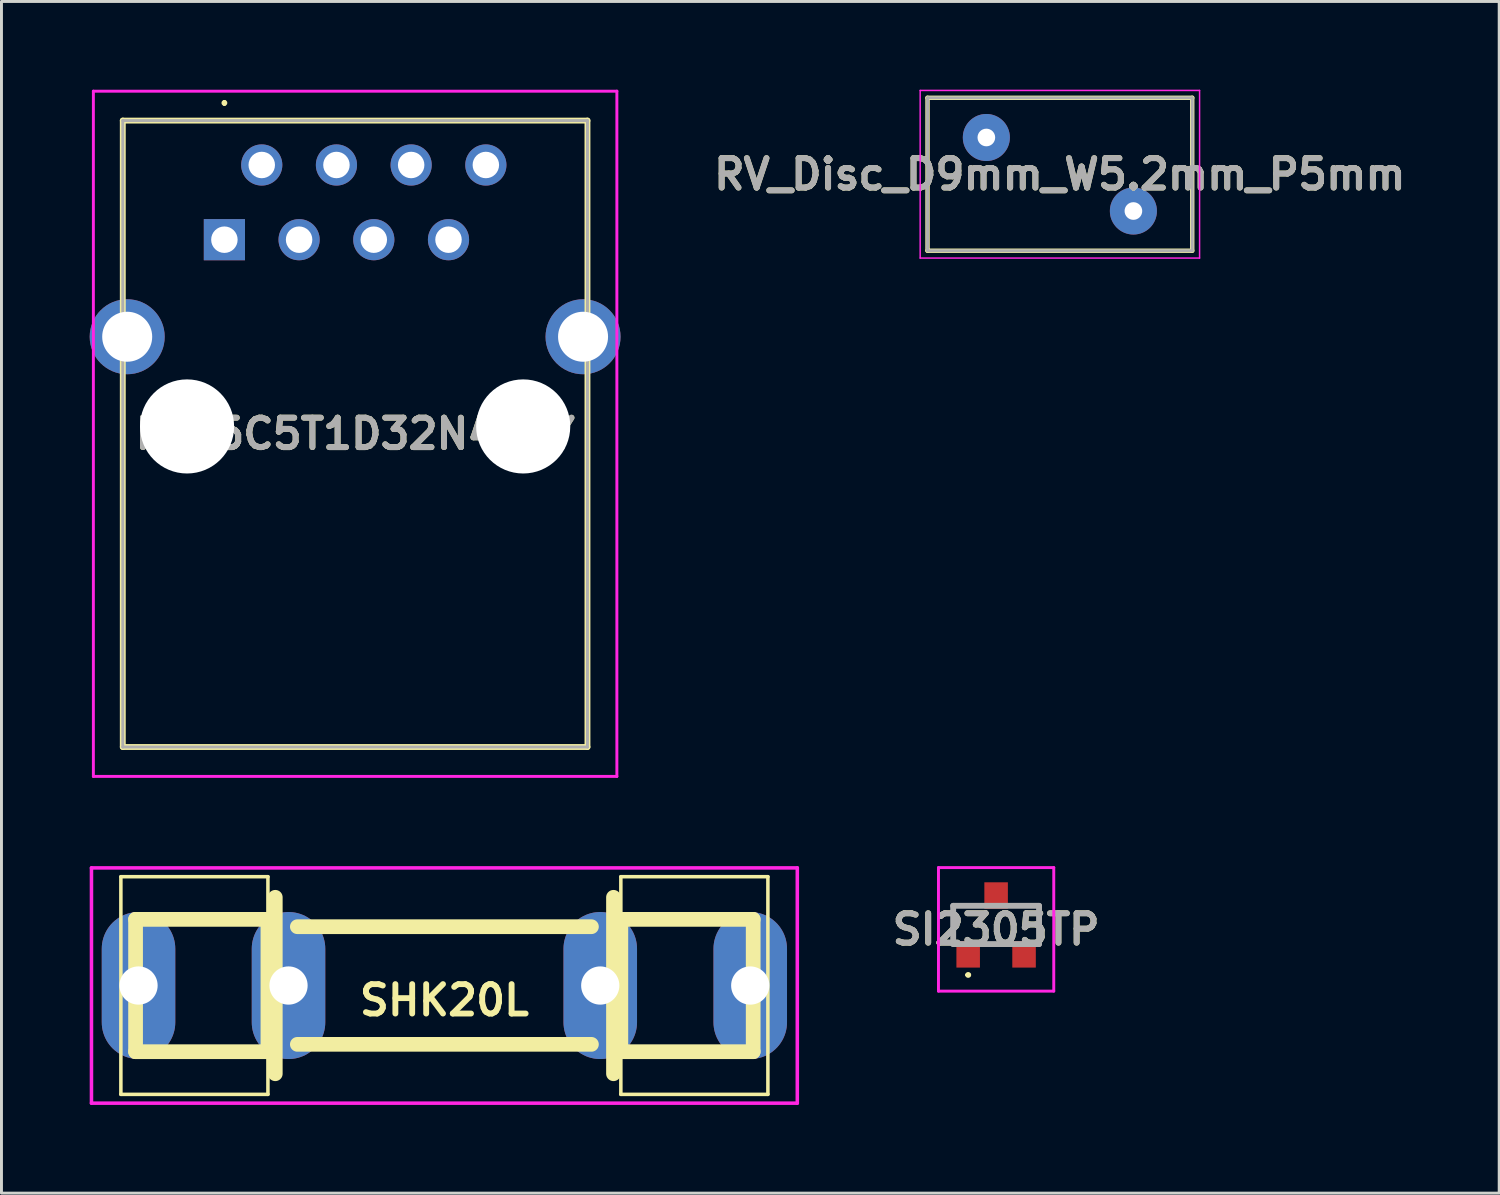
<source format=kicad_pcb>
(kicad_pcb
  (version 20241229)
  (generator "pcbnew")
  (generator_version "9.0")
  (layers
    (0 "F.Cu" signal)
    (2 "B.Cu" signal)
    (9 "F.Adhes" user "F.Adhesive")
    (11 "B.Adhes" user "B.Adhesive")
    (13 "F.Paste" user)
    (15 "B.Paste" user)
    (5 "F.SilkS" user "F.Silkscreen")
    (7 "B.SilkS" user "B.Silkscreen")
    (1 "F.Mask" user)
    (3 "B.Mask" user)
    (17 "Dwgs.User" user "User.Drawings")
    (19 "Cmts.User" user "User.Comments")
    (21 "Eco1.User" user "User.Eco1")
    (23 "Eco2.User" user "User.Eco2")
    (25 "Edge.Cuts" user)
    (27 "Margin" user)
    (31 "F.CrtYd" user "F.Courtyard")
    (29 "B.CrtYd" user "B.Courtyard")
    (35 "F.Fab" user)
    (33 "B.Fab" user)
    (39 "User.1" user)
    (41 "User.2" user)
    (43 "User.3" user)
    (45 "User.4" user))
  (footprint "SI2305TP"
    (layer "F.Cu")
    (at 30.82 28.4)
    (property "Reference" "SI2305TP" (at 0 0.15 0) (layer "F.SilkS") (effects (font (size 1 1) (thickness 0.2))))
    (attr smd)
    (fp_line (start -1.46 -0.65) (end -0.6 -0.65) (stroke (width 0.1) (type solid)) (layer "F.SilkS"))
    (fp_line (start -1.46 0.4) (end -1.46 -0.65) (stroke (width 0.1) (type solid)) (layer "F.SilkS"))
    (fp_line (start -1 1.7) (end -1 1.7) (stroke (width 0.1) (type solid)) (layer "F.SilkS"))
    (fp_line (start -0.9 1.7) (end -0.9 1.7) (stroke (width 0.1) (type solid)) (layer "F.SilkS"))
    (fp_line (start -0.4 0.65) (end 0.4 0.65) (stroke (width 0.1) (type solid)) (layer "F.SilkS"))
    (fp_line (start 0.6 -0.65) (end 1.46 -0.65) (stroke (width 0.1) (type solid)) (layer "F.SilkS"))
    (fp_line (start 1.46 -0.65) (end 1.46 0.4) (stroke (width 0.1) (type solid)) (layer "F.SilkS"))
    (fp_arc (start -1 1.7) (mid -0.95 1.65) (end -0.9 1.7) (stroke (width 0.1) (type solid)) (layer "F.SilkS"))
    (fp_arc (start -0.9 1.7) (mid -0.95 1.75) (end -1 1.7) (stroke (width 0.1) (type solid)) (layer "F.SilkS"))
    (fp_line (start -1.96 -1.95) (end 1.96 -1.95) (stroke (width 0.1) (type solid)) (layer "F.CrtYd"))
    (fp_line (start -1.96 2.25) (end -1.96 -1.95) (stroke (width 0.1) (type solid)) (layer "F.CrtYd"))
    (fp_line (start 1.96 -1.95) (end 1.96 2.25) (stroke (width 0.1) (type solid)) (layer "F.CrtYd"))
    (fp_line (start 1.96 2.25) (end -1.96 2.25) (stroke (width 0.1) (type solid)) (layer "F.CrtYd"))
    (fp_line (start -1.46 -0.65) (end 1.46 -0.65) (stroke (width 0.2) (type solid)) (layer "F.Fab"))
    (fp_line (start -1.46 0.65) (end -1.46 -0.65) (stroke (width 0.2) (type solid)) (layer "F.Fab"))
    (fp_line (start 1.46 -0.65) (end 1.46 0.65) (stroke (width 0.2) (type solid)) (layer "F.Fab"))
    (fp_line (start 1.46 0.65) (end -1.46 0.65) (stroke (width 0.2) (type solid)) (layer "F.Fab"))
    (fp_text user "${REFERENCE}" (at 0 0.15 0) (layer "F.Fab") (effects (font (size 1 1) (thickness 0.2))))
    (pad "1" smd rect (at -0.95 1) (size 0.8 0.9) (layers "F.Cu" "F.Mask" "F.Paste"))
    (pad "2" smd rect (at 0.95 1) (size 0.8 0.9) (layers "F.Cu" "F.Mask" "F.Paste"))
    (pad "3" smd rect (at 0 -1) (size 0.8 0.9) (layers "F.Cu" "F.Mask" "F.Paste")))
  (footprint "RV_Disc_D9mm_W5.2mm_P5mm"
    (layer "F.Cu")
    (at 32.988 2.875)
    (property "Reference" "RV_Disc_D9mm_W5.2mm_P5mm" (at 0 0 0) (unlocked yes) (layer "F.SilkS") (effects (font (size 1 1) (thickness 0.2))))
    (attr through_hole)
    (fp_line (start -4.5 -2.6) (end -4.5 2.6) (stroke (width 0.15) (type solid)) (layer "F.SilkS"))
    (fp_line (start -4.5 -2.6) (end 4.5 -2.6) (stroke (width 0.15) (type solid)) (layer "F.SilkS"))
    (fp_line (start -4.5 2.6) (end 4.5 2.6) (stroke (width 0.15) (type solid)) (layer "F.SilkS"))
    (fp_line (start 4.5 -2.6) (end 4.5 2.6) (stroke (width 0.15) (type solid)) (layer "F.SilkS"))
    (fp_line (start -4.75 -2.85) (end -4.75 2.85) (stroke (width 0.05) (type solid)) (layer "F.CrtYd"))
    (fp_line (start -4.75 -2.85) (end 4.75 -2.85) (stroke (width 0.05) (type solid)) (layer "F.CrtYd"))
    (fp_line (start -4.75 2.85) (end 4.75 2.85) (stroke (width 0.05) (type solid)) (layer "F.CrtYd"))
    (fp_line (start 4.75 -2.85) (end 4.75 2.85) (stroke (width 0.05) (type solid)) (layer "F.CrtYd"))
    (fp_line (start -4.5 -2.6) (end -4.5 2.6) (stroke (width 0.1) (type solid)) (layer "F.Fab"))
    (fp_line (start -4.5 -2.6) (end 4.5 -2.6) (stroke (width 0.1) (type solid)) (layer "F.Fab"))
    (fp_line (start -4.5 2.6) (end 4.5 2.6) (stroke (width 0.1) (type solid)) (layer "F.Fab"))
    (fp_line (start 4.5 -2.6) (end 4.5 2.6) (stroke (width 0.1) (type solid)) (layer "F.Fab"))
    (fp_text user "${REFERENCE}" (at 0 0 0) (unlocked yes) (layer "F.Fab") (effects (font (size 1 1) (thickness 0.2))))
    (pad "1" thru_hole circle (at -2.5 -1.25) (size 1.6 1.6) (drill 0.6) (layers "*.Cu" "*.Mask"))
    (pad "2" thru_hole circle (at 2.5 1.25) (size 1.6 1.6) (drill 0.6) (layers "*.Cu" "*.Mask")))
  (footprint "SHK20L"
    (layer "F.Cu")
    (at 12.06 30.46)
    (property "Reference" "SHK20L" (at 0 0.5 0) (layer "F.SilkS") (effects (font (size 1 1) (thickness 0.2))))
    (attr through_hole)
    (fp_line (start -11 -3.7) (end -6 -3.7) (stroke (width 0.12) (type solid)) (layer "F.SilkS"))
    (fp_line (start -11 3.7) (end -11 -3.7) (stroke (width 0.12) (type solid)) (layer "F.SilkS"))
    (fp_line (start -10.5 -2.25) (end -10.5 2.25) (stroke (width 0.5) (type solid)) (layer "F.SilkS"))
    (fp_line (start -10.5 2.25) (end -6 2.25) (stroke (width 0.5) (type solid)) (layer "F.SilkS"))
    (fp_line (start -6 -3.7) (end -6 3.7) (stroke (width 0.12) (type solid)) (layer "F.SilkS"))
    (fp_line (start -6 -2.25) (end -10.5 -2.25) (stroke (width 0.5) (type solid)) (layer "F.SilkS"))
    (fp_line (start -6 2.25) (end -6 -2.25) (stroke (width 0.5) (type solid)) (layer "F.SilkS"))
    (fp_line (start -6 3.7) (end -11 3.7) (stroke (width 0.12) (type solid)) (layer "F.SilkS"))
    (fp_line (start -5.75 3) (end -5.75 -3) (stroke (width 0.5) (type solid)) (layer "F.SilkS"))
    (fp_line (start -5 -2) (end 5 -2) (stroke (width 0.5) (type solid)) (layer "F.SilkS"))
    (fp_line (start -5 2) (end 5 2) (stroke (width 0.5) (type solid)) (layer "F.SilkS"))
    (fp_line (start 5.75 -3) (end 5.75 3) (stroke (width 0.5) (type solid)) (layer "F.SilkS"))
    (fp_line (start 6 -3.7) (end 11 -3.7) (stroke (width 0.12) (type solid)) (layer "F.SilkS"))
    (fp_line (start 6 -2.25) (end 10.5 -2.25) (stroke (width 0.5) (type solid)) (layer "F.SilkS"))
    (fp_line (start 6 2.25) (end 6 -2.25) (stroke (width 0.5) (type solid)) (layer "F.SilkS"))
    (fp_line (start 6 3.7) (end 6 -3.7) (stroke (width 0.12) (type solid)) (layer "F.SilkS"))
    (fp_line (start 10.5 -2.25) (end 10.5 2.25) (stroke (width 0.5) (type solid)) (layer "F.SilkS"))
    (fp_line (start 10.5 2.25) (end 6 2.25) (stroke (width 0.5) (type solid)) (layer "F.SilkS"))
    (fp_line (start 11 -3.7) (end 11 3.7) (stroke (width 0.12) (type solid)) (layer "F.SilkS"))
    (fp_line (start 11 3.7) (end 6 3.7) (stroke (width 0.12) (type solid)) (layer "F.SilkS"))
    (fp_line (start -12 -4) (end -12 4) (stroke (width 0.12) (type solid)) (layer "F.CrtYd"))
    (fp_line (start -12 4) (end 12 4) (stroke (width 0.12) (type solid)) (layer "F.CrtYd"))
    (fp_line (start 12 -4) (end -12 -4) (stroke (width 0.12) (type solid)) (layer "F.CrtYd"))
    (fp_line (start 12 4) (end 12 -4) (stroke (width 0.12) (type solid)) (layer "F.CrtYd"))
    (pad "1" thru_hole oval (at -10.4 0) (size 2.5 5) (drill 1.3) (layers "*.Cu" "*.Mask"))
    (pad "1" thru_hole oval (at -5.3 0) (size 2.5 5) (drill 1.3) (layers "*.Cu" "*.Mask"))
    (pad "2" thru_hole oval (at 5.3 0) (size 2.5 5) (drill 1.3) (layers "*.Cu" "*.Mask"))
    (pad "2" thru_hole oval (at 10.4 0) (size 2.5 5) (drill 1.3) (layers "*.Cu" "*.Mask")))
  (footprint "RJ45C5T1D32N4NTY"
    (layer "F.Cu")
    (at 4.58 5.1)
    (property "Reference" "RJ45C5T1D32N4NTY" (at 4.445 6.6 0) (layer "F.SilkS") (effects (font (size 1 1) (thickness 0.2))))
    (attr through_hole)
    (fp_line (start -3.455 -4.05) (end 12.345 -4.05) (stroke (width 0.2) (type solid)) (layer "F.SilkS"))
    (fp_line (start -3.455 17.25) (end -3.455 -4.05) (stroke (width 0.2) (type solid)) (layer "F.SilkS"))
    (fp_line (start 0 -4.7) (end 0 -4.7) (stroke (width 0.1) (type solid)) (layer "F.SilkS"))
    (fp_line (start 0 -4.6) (end 0 -4.6) (stroke (width 0.1) (type solid)) (layer "F.SilkS"))
    (fp_line (start 12.345 -4.05) (end 12.345 17.25) (stroke (width 0.2) (type solid)) (layer "F.SilkS"))
    (fp_line (start 12.345 17.25) (end -3.455 17.25) (stroke (width 0.2) (type solid)) (layer "F.SilkS"))
    (fp_arc (start 0 -4.7) (mid 0.05 -4.65) (end 0 -4.6) (stroke (width 0.1) (type solid)) (layer "F.SilkS"))
    (fp_arc (start 0 -4.6) (mid -0.05 -4.65) (end 0 -4.7) (stroke (width 0.1) (type solid)) (layer "F.SilkS"))
    (fp_line (start -4.455 -5.05) (end 13.345 -5.05) (stroke (width 0.1) (type solid)) (layer "F.CrtYd"))
    (fp_line (start -4.455 18.25) (end -4.455 -5.05) (stroke (width 0.1) (type solid)) (layer "F.CrtYd"))
    (fp_line (start 13.345 -5.05) (end 13.345 18.25) (stroke (width 0.1) (type solid)) (layer "F.CrtYd"))
    (fp_line (start 13.345 18.25) (end -4.455 18.25) (stroke (width 0.1) (type solid)) (layer "F.CrtYd"))
    (fp_line (start -3.455 -4.05) (end 12.345 -4.05) (stroke (width 0.1) (type solid)) (layer "F.Fab"))
    (fp_line (start -3.455 17.25) (end -3.455 -4.05) (stroke (width 0.1) (type solid)) (layer "F.Fab"))
    (fp_line (start 12.345 -4.05) (end 12.345 17.25) (stroke (width 0.1) (type solid)) (layer "F.Fab"))
    (fp_line (start 12.345 17.25) (end -3.455 17.25) (stroke (width 0.1) (type solid)) (layer "F.Fab"))
    (fp_text user "${REFERENCE}" (at 4.445 6.6 0) (layer "F.Fab") (effects (font (size 1 1) (thickness 0.2))))
    (pad "" np_thru_hole circle (at -1.27 6.35) (size 3.2 3.2) (drill 3.2) (layers "*.Cu" "*.Mask"))
    (pad "" np_thru_hole circle (at 10.16 6.35) (size 3.2 3.2) (drill 3.2) (layers "*.Cu" "*.Mask"))
    (pad "1" thru_hole rect (at 0 0) (size 1.4 1.4) (drill 0.9) (layers "*.Cu" "*.Mask"))
    (pad "2" thru_hole circle (at 1.27 -2.54) (size 1.4 1.4) (drill 0.9) (layers "*.Cu" "*.Mask"))
    (pad "3" thru_hole circle (at 2.54 0) (size 1.4 1.4) (drill 0.9) (layers "*.Cu" "*.Mask"))
    (pad "4" thru_hole circle (at 3.81 -2.54) (size 1.4 1.4) (drill 0.9) (layers "*.Cu" "*.Mask"))
    (pad "5" thru_hole circle (at 5.08 0) (size 1.4 1.4) (drill 0.9) (layers "*.Cu" "*.Mask"))
    (pad "6" thru_hole circle (at 6.35 -2.54) (size 1.4 1.4) (drill 0.9) (layers "*.Cu" "*.Mask"))
    (pad "7" thru_hole circle (at 7.62 0) (size 1.4 1.4) (drill 0.9) (layers "*.Cu" "*.Mask"))
    (pad "8" thru_hole circle (at 8.89 -2.54) (size 1.4 1.4) (drill 0.9) (layers "*.Cu" "*.Mask"))
    (pad "MH1" thru_hole circle (at -3.305 3.3) (size 2.55 2.55) (drill 1.7) (layers "*.Cu" "*.Mask"))
    (pad "MH2" thru_hole circle (at 12.195 3.3) (size 2.55 2.55) (drill 1.7) (layers "*.Cu" "*.Mask")))
  (gr_rect
    (start -3 -3)
    (end 47.926 37.52)
    (stroke (width 0.1) (type default))
    (fill no)
    (layer "Edge.Cuts")))
</source>
